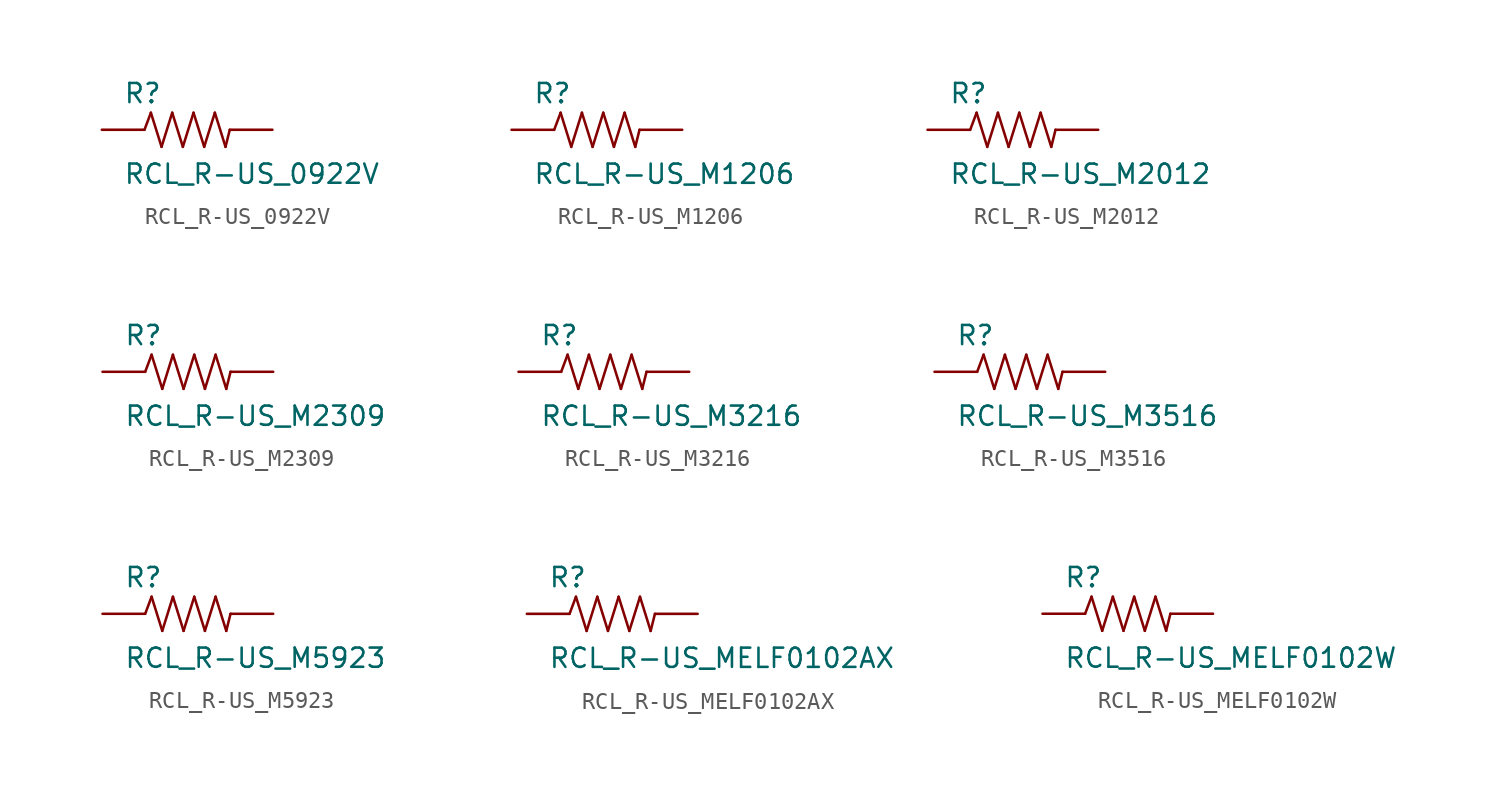
<source format=kicad_sym>
(kicad_symbol_lib
  (version 20210619)
  (generator kicad_symbol_editor)
  (symbol "RCL_R-US_0922V"
    (pin_numbers hide)
    (pin_names
      (offset 1.016) hide)
    (property "Reference" "R"
      (at -3.81 1.499 0)
      (effects (font (size 1.143 1.143)) (justify left bottom)))
    (property "Value" "RCL_R-US_0922V"
      (at -3.81 -3.302 0)
      (effects (font (size 1.143 1.143)) (justify left bottom)))
    (property "ki_locked" ""
      (at 0 0 0)
      (effects (font (size 1.27 1.27))))
    (symbol "RCL_R-US_0922V_1_0"
      (polyline (pts (xy -2.54 0) (xy -2.159 1.016)) (stroke (width 0)) (fill (type none)))
      (polyline (pts (xy -2.159 1.016) (xy -1.524 -1.016)) (stroke (width 0)) (fill (type none)))
      (polyline (pts (xy -1.524 -1.016) (xy -0.889 1.016)) (stroke (width 0)) (fill (type none)))
      (polyline (pts (xy -0.889 1.016) (xy -0.254 -1.016)) (stroke (width 0)) (fill (type none)))
      (polyline (pts (xy -0.254 -1.016) (xy 0.381 1.016)) (stroke (width 0)) (fill (type none)))
      (polyline (pts (xy 0.381 1.016) (xy 1.016 -1.016)) (stroke (width 0)) (fill (type none)))
      (polyline (pts (xy 1.016 -1.016) (xy 1.651 1.016)) (stroke (width 0)) (fill (type none)))
      (polyline (pts (xy 1.651 1.016) (xy 2.286 -1.016)) (stroke (width 0)) (fill (type none)))
      (polyline (pts (xy 2.286 -1.016) (xy 2.54 0)) (stroke (width 0)) (fill (type none))))
    (symbol "RCL_R-US_0922V_1_1"
      (pin passive line (at -5.08 0 0) (length 2.54) (name "1" (effects (font (size 1.016 1.016)))) (number "1" (effects (font (size 1.016 1.016)))))
      (pin passive line (at 5.08 0 180) (length 2.54) (name "2" (effects (font (size 1.016 1.016)))) (number "2" (effects (font (size 1.016 1.016)))))))
  (symbol "RCL_R-US_M1206"
    (pin_numbers hide)
    (pin_names
      (offset 1.016) hide)
    (property "Reference" "R"
      (at -3.81 1.499 0)
      (effects (font (size 1.143 1.143)) (justify left bottom)))
    (property "Value" "RCL_R-US_M1206"
      (at -3.81 -3.302 0)
      (effects (font (size 1.143 1.143)) (justify left bottom)))
    (property "ki_locked" ""
      (at 0 0 0)
      (effects (font (size 1.27 1.27))))
    (symbol "RCL_R-US_M1206_1_0"
      (polyline (pts (xy -2.54 0) (xy -2.159 1.016)) (stroke (width 0)) (fill (type none)))
      (polyline (pts (xy -2.159 1.016) (xy -1.524 -1.016)) (stroke (width 0)) (fill (type none)))
      (polyline (pts (xy -1.524 -1.016) (xy -0.889 1.016)) (stroke (width 0)) (fill (type none)))
      (polyline (pts (xy -0.889 1.016) (xy -0.254 -1.016)) (stroke (width 0)) (fill (type none)))
      (polyline (pts (xy -0.254 -1.016) (xy 0.381 1.016)) (stroke (width 0)) (fill (type none)))
      (polyline (pts (xy 0.381 1.016) (xy 1.016 -1.016)) (stroke (width 0)) (fill (type none)))
      (polyline (pts (xy 1.016 -1.016) (xy 1.651 1.016)) (stroke (width 0)) (fill (type none)))
      (polyline (pts (xy 1.651 1.016) (xy 2.286 -1.016)) (stroke (width 0)) (fill (type none)))
      (polyline (pts (xy 2.286 -1.016) (xy 2.54 0)) (stroke (width 0)) (fill (type none))))
    (symbol "RCL_R-US_M1206_1_1"
      (pin passive line (at -5.08 0 0) (length 2.54) (name "1" (effects (font (size 1.016 1.016)))) (number "1" (effects (font (size 1.016 1.016)))))
      (pin passive line (at 5.08 0 180) (length 2.54) (name "2" (effects (font (size 1.016 1.016)))) (number "2" (effects (font (size 1.016 1.016)))))))
  (symbol "RCL_R-US_M2012"
    (pin_numbers hide)
    (pin_names
      (offset 1.016) hide)
    (property "Reference" "R"
      (at -3.81 1.499 0)
      (effects (font (size 1.143 1.143)) (justify left bottom)))
    (property "Value" "RCL_R-US_M2012"
      (at -3.81 -3.302 0)
      (effects (font (size 1.143 1.143)) (justify left bottom)))
    (property "ki_locked" ""
      (at 0 0 0)
      (effects (font (size 1.27 1.27))))
    (symbol "RCL_R-US_M2012_1_0"
      (polyline (pts (xy -2.54 0) (xy -2.159 1.016)) (stroke (width 0)) (fill (type none)))
      (polyline (pts (xy -2.159 1.016) (xy -1.524 -1.016)) (stroke (width 0)) (fill (type none)))
      (polyline (pts (xy -1.524 -1.016) (xy -0.889 1.016)) (stroke (width 0)) (fill (type none)))
      (polyline (pts (xy -0.889 1.016) (xy -0.254 -1.016)) (stroke (width 0)) (fill (type none)))
      (polyline (pts (xy -0.254 -1.016) (xy 0.381 1.016)) (stroke (width 0)) (fill (type none)))
      (polyline (pts (xy 0.381 1.016) (xy 1.016 -1.016)) (stroke (width 0)) (fill (type none)))
      (polyline (pts (xy 1.016 -1.016) (xy 1.651 1.016)) (stroke (width 0)) (fill (type none)))
      (polyline (pts (xy 1.651 1.016) (xy 2.286 -1.016)) (stroke (width 0)) (fill (type none)))
      (polyline (pts (xy 2.286 -1.016) (xy 2.54 0)) (stroke (width 0)) (fill (type none))))
    (symbol "RCL_R-US_M2012_1_1"
      (pin passive line (at -5.08 0 0) (length 2.54) (name "1" (effects (font (size 1.016 1.016)))) (number "1" (effects (font (size 1.016 1.016)))))
      (pin passive line (at 5.08 0 180) (length 2.54) (name "2" (effects (font (size 1.016 1.016)))) (number "2" (effects (font (size 1.016 1.016)))))))
  (symbol "RCL_R-US_M2309"
    (pin_numbers hide)
    (pin_names
      (offset 1.016) hide)
    (property "Reference" "R"
      (at -3.81 1.499 0)
      (effects (font (size 1.143 1.143)) (justify left bottom)))
    (property "Value" "RCL_R-US_M2309"
      (at -3.81 -3.302 0)
      (effects (font (size 1.143 1.143)) (justify left bottom)))
    (property "ki_locked" ""
      (at 0 0 0)
      (effects (font (size 1.27 1.27))))
    (symbol "RCL_R-US_M2309_1_0"
      (polyline (pts (xy -2.54 0) (xy -2.159 1.016)) (stroke (width 0)) (fill (type none)))
      (polyline (pts (xy -2.159 1.016) (xy -1.524 -1.016)) (stroke (width 0)) (fill (type none)))
      (polyline (pts (xy -1.524 -1.016) (xy -0.889 1.016)) (stroke (width 0)) (fill (type none)))
      (polyline (pts (xy -0.889 1.016) (xy -0.254 -1.016)) (stroke (width 0)) (fill (type none)))
      (polyline (pts (xy -0.254 -1.016) (xy 0.381 1.016)) (stroke (width 0)) (fill (type none)))
      (polyline (pts (xy 0.381 1.016) (xy 1.016 -1.016)) (stroke (width 0)) (fill (type none)))
      (polyline (pts (xy 1.016 -1.016) (xy 1.651 1.016)) (stroke (width 0)) (fill (type none)))
      (polyline (pts (xy 1.651 1.016) (xy 2.286 -1.016)) (stroke (width 0)) (fill (type none)))
      (polyline (pts (xy 2.286 -1.016) (xy 2.54 0)) (stroke (width 0)) (fill (type none))))
    (symbol "RCL_R-US_M2309_1_1"
      (pin passive line (at -5.08 0 0) (length 2.54) (name "1" (effects (font (size 1.016 1.016)))) (number "1" (effects (font (size 1.016 1.016)))))
      (pin passive line (at 5.08 0 180) (length 2.54) (name "2" (effects (font (size 1.016 1.016)))) (number "2" (effects (font (size 1.016 1.016)))))))
  (symbol "RCL_R-US_M3216"
    (pin_numbers hide)
    (pin_names
      (offset 1.016) hide)
    (property "Reference" "R"
      (at -3.81 1.499 0)
      (effects (font (size 1.143 1.143)) (justify left bottom)))
    (property "Value" "RCL_R-US_M3216"
      (at -3.81 -3.302 0)
      (effects (font (size 1.143 1.143)) (justify left bottom)))
    (property "ki_locked" ""
      (at 0 0 0)
      (effects (font (size 1.27 1.27))))
    (symbol "RCL_R-US_M3216_1_0"
      (polyline (pts (xy -2.54 0) (xy -2.159 1.016)) (stroke (width 0)) (fill (type none)))
      (polyline (pts (xy -2.159 1.016) (xy -1.524 -1.016)) (stroke (width 0)) (fill (type none)))
      (polyline (pts (xy -1.524 -1.016) (xy -0.889 1.016)) (stroke (width 0)) (fill (type none)))
      (polyline (pts (xy -0.889 1.016) (xy -0.254 -1.016)) (stroke (width 0)) (fill (type none)))
      (polyline (pts (xy -0.254 -1.016) (xy 0.381 1.016)) (stroke (width 0)) (fill (type none)))
      (polyline (pts (xy 0.381 1.016) (xy 1.016 -1.016)) (stroke (width 0)) (fill (type none)))
      (polyline (pts (xy 1.016 -1.016) (xy 1.651 1.016)) (stroke (width 0)) (fill (type none)))
      (polyline (pts (xy 1.651 1.016) (xy 2.286 -1.016)) (stroke (width 0)) (fill (type none)))
      (polyline (pts (xy 2.286 -1.016) (xy 2.54 0)) (stroke (width 0)) (fill (type none))))
    (symbol "RCL_R-US_M3216_1_1"
      (pin passive line (at -5.08 0 0) (length 2.54) (name "1" (effects (font (size 1.016 1.016)))) (number "1" (effects (font (size 1.016 1.016)))))
      (pin passive line (at 5.08 0 180) (length 2.54) (name "2" (effects (font (size 1.016 1.016)))) (number "2" (effects (font (size 1.016 1.016)))))))
  (symbol "RCL_R-US_M3516"
    (pin_numbers hide)
    (pin_names
      (offset 1.016) hide)
    (property "Reference" "R"
      (at -3.81 1.499 0)
      (effects (font (size 1.143 1.143)) (justify left bottom)))
    (property "Value" "RCL_R-US_M3516"
      (at -3.81 -3.302 0)
      (effects (font (size 1.143 1.143)) (justify left bottom)))
    (property "ki_locked" ""
      (at 0 0 0)
      (effects (font (size 1.27 1.27))))
    (symbol "RCL_R-US_M3516_1_0"
      (polyline (pts (xy -2.54 0) (xy -2.159 1.016)) (stroke (width 0)) (fill (type none)))
      (polyline (pts (xy -2.159 1.016) (xy -1.524 -1.016)) (stroke (width 0)) (fill (type none)))
      (polyline (pts (xy -1.524 -1.016) (xy -0.889 1.016)) (stroke (width 0)) (fill (type none)))
      (polyline (pts (xy -0.889 1.016) (xy -0.254 -1.016)) (stroke (width 0)) (fill (type none)))
      (polyline (pts (xy -0.254 -1.016) (xy 0.381 1.016)) (stroke (width 0)) (fill (type none)))
      (polyline (pts (xy 0.381 1.016) (xy 1.016 -1.016)) (stroke (width 0)) (fill (type none)))
      (polyline (pts (xy 1.016 -1.016) (xy 1.651 1.016)) (stroke (width 0)) (fill (type none)))
      (polyline (pts (xy 1.651 1.016) (xy 2.286 -1.016)) (stroke (width 0)) (fill (type none)))
      (polyline (pts (xy 2.286 -1.016) (xy 2.54 0)) (stroke (width 0)) (fill (type none))))
    (symbol "RCL_R-US_M3516_1_1"
      (pin passive line (at -5.08 0 0) (length 2.54) (name "1" (effects (font (size 1.016 1.016)))) (number "1" (effects (font (size 1.016 1.016)))))
      (pin passive line (at 5.08 0 180) (length 2.54) (name "2" (effects (font (size 1.016 1.016)))) (number "2" (effects (font (size 1.016 1.016)))))))
  (symbol "RCL_R-US_M5923"
    (pin_numbers hide)
    (pin_names
      (offset 1.016) hide)
    (property "Reference" "R"
      (at -3.81 1.499 0)
      (effects (font (size 1.143 1.143)) (justify left bottom)))
    (property "Value" "RCL_R-US_M5923"
      (at -3.81 -3.302 0)
      (effects (font (size 1.143 1.143)) (justify left bottom)))
    (property "ki_locked" ""
      (at 0 0 0)
      (effects (font (size 1.27 1.27))))
    (symbol "RCL_R-US_M5923_1_0"
      (polyline (pts (xy -2.54 0) (xy -2.159 1.016)) (stroke (width 0)) (fill (type none)))
      (polyline (pts (xy -2.159 1.016) (xy -1.524 -1.016)) (stroke (width 0)) (fill (type none)))
      (polyline (pts (xy -1.524 -1.016) (xy -0.889 1.016)) (stroke (width 0)) (fill (type none)))
      (polyline (pts (xy -0.889 1.016) (xy -0.254 -1.016)) (stroke (width 0)) (fill (type none)))
      (polyline (pts (xy -0.254 -1.016) (xy 0.381 1.016)) (stroke (width 0)) (fill (type none)))
      (polyline (pts (xy 0.381 1.016) (xy 1.016 -1.016)) (stroke (width 0)) (fill (type none)))
      (polyline (pts (xy 1.016 -1.016) (xy 1.651 1.016)) (stroke (width 0)) (fill (type none)))
      (polyline (pts (xy 1.651 1.016) (xy 2.286 -1.016)) (stroke (width 0)) (fill (type none)))
      (polyline (pts (xy 2.286 -1.016) (xy 2.54 0)) (stroke (width 0)) (fill (type none))))
    (symbol "RCL_R-US_M5923_1_1"
      (pin passive line (at -5.08 0 0) (length 2.54) (name "1" (effects (font (size 1.016 1.016)))) (number "1" (effects (font (size 1.016 1.016)))))
      (pin passive line (at 5.08 0 180) (length 2.54) (name "2" (effects (font (size 1.016 1.016)))) (number "2" (effects (font (size 1.016 1.016)))))))
  (symbol "RCL_R-US_MELF0102AX"
    (pin_numbers hide)
    (pin_names
      (offset 1.016) hide)
    (property "Reference" "R"
      (at -3.81 1.499 0)
      (effects (font (size 1.143 1.143)) (justify left bottom)))
    (property "Value" "RCL_R-US_MELF0102AX"
      (at -3.81 -3.302 0)
      (effects (font (size 1.143 1.143)) (justify left bottom)))
    (property "ki_locked" ""
      (at 0 0 0)
      (effects (font (size 1.27 1.27))))
    (symbol "RCL_R-US_MELF0102AX_1_0"
      (polyline (pts (xy -2.54 0) (xy -2.159 1.016)) (stroke (width 0)) (fill (type none)))
      (polyline (pts (xy -2.159 1.016) (xy -1.524 -1.016)) (stroke (width 0)) (fill (type none)))
      (polyline (pts (xy -1.524 -1.016) (xy -0.889 1.016)) (stroke (width 0)) (fill (type none)))
      (polyline (pts (xy -0.889 1.016) (xy -0.254 -1.016)) (stroke (width 0)) (fill (type none)))
      (polyline (pts (xy -0.254 -1.016) (xy 0.381 1.016)) (stroke (width 0)) (fill (type none)))
      (polyline (pts (xy 0.381 1.016) (xy 1.016 -1.016)) (stroke (width 0)) (fill (type none)))
      (polyline (pts (xy 1.016 -1.016) (xy 1.651 1.016)) (stroke (width 0)) (fill (type none)))
      (polyline (pts (xy 1.651 1.016) (xy 2.286 -1.016)) (stroke (width 0)) (fill (type none)))
      (polyline (pts (xy 2.286 -1.016) (xy 2.54 0)) (stroke (width 0)) (fill (type none))))
    (symbol "RCL_R-US_MELF0102AX_1_1"
      (pin passive line (at -5.08 0 0) (length 2.54) (name "1" (effects (font (size 1.016 1.016)))) (number "1" (effects (font (size 1.016 1.016)))))
      (pin passive line (at 5.08 0 180) (length 2.54) (name "2" (effects (font (size 1.016 1.016)))) (number "2" (effects (font (size 1.016 1.016)))))))
  (symbol "RCL_R-US_MELF0102W"
    (pin_numbers hide)
    (pin_names
      (offset 1.016) hide)
    (property "Reference" "R"
      (at -3.81 1.499 0)
      (effects (font (size 1.143 1.143)) (justify left bottom)))
    (property "Value" "RCL_R-US_MELF0102W"
      (at -3.81 -3.302 0)
      (effects (font (size 1.143 1.143)) (justify left bottom)))
    (property "ki_locked" ""
      (at 0 0 0)
      (effects (font (size 1.27 1.27))))
    (symbol "RCL_R-US_MELF0102W_1_0"
      (polyline (pts (xy -2.54 0) (xy -2.159 1.016)) (stroke (width 0)) (fill (type none)))
      (polyline (pts (xy -2.159 1.016) (xy -1.524 -1.016)) (stroke (width 0)) (fill (type none)))
      (polyline (pts (xy -1.524 -1.016) (xy -0.889 1.016)) (stroke (width 0)) (fill (type none)))
      (polyline (pts (xy -0.889 1.016) (xy -0.254 -1.016)) (stroke (width 0)) (fill (type none)))
      (polyline (pts (xy -0.254 -1.016) (xy 0.381 1.016)) (stroke (width 0)) (fill (type none)))
      (polyline (pts (xy 0.381 1.016) (xy 1.016 -1.016)) (stroke (width 0)) (fill (type none)))
      (polyline (pts (xy 1.016 -1.016) (xy 1.651 1.016)) (stroke (width 0)) (fill (type none)))
      (polyline (pts (xy 1.651 1.016) (xy 2.286 -1.016)) (stroke (width 0)) (fill (type none)))
      (polyline (pts (xy 2.286 -1.016) (xy 2.54 0)) (stroke (width 0)) (fill (type none))))
    (symbol "RCL_R-US_MELF0102W_1_1"
      (pin passive line (at -5.08 0 0) (length 2.54) (name "1" (effects (font (size 1.016 1.016)))) (number "1" (effects (font (size 1.016 1.016)))))
      (pin passive line (at 5.08 0 180) (length 2.54) (name "2" (effects (font (size 1.016 1.016)))) (number "2" (effects (font (size 1.016 1.016))))))))
</source>
